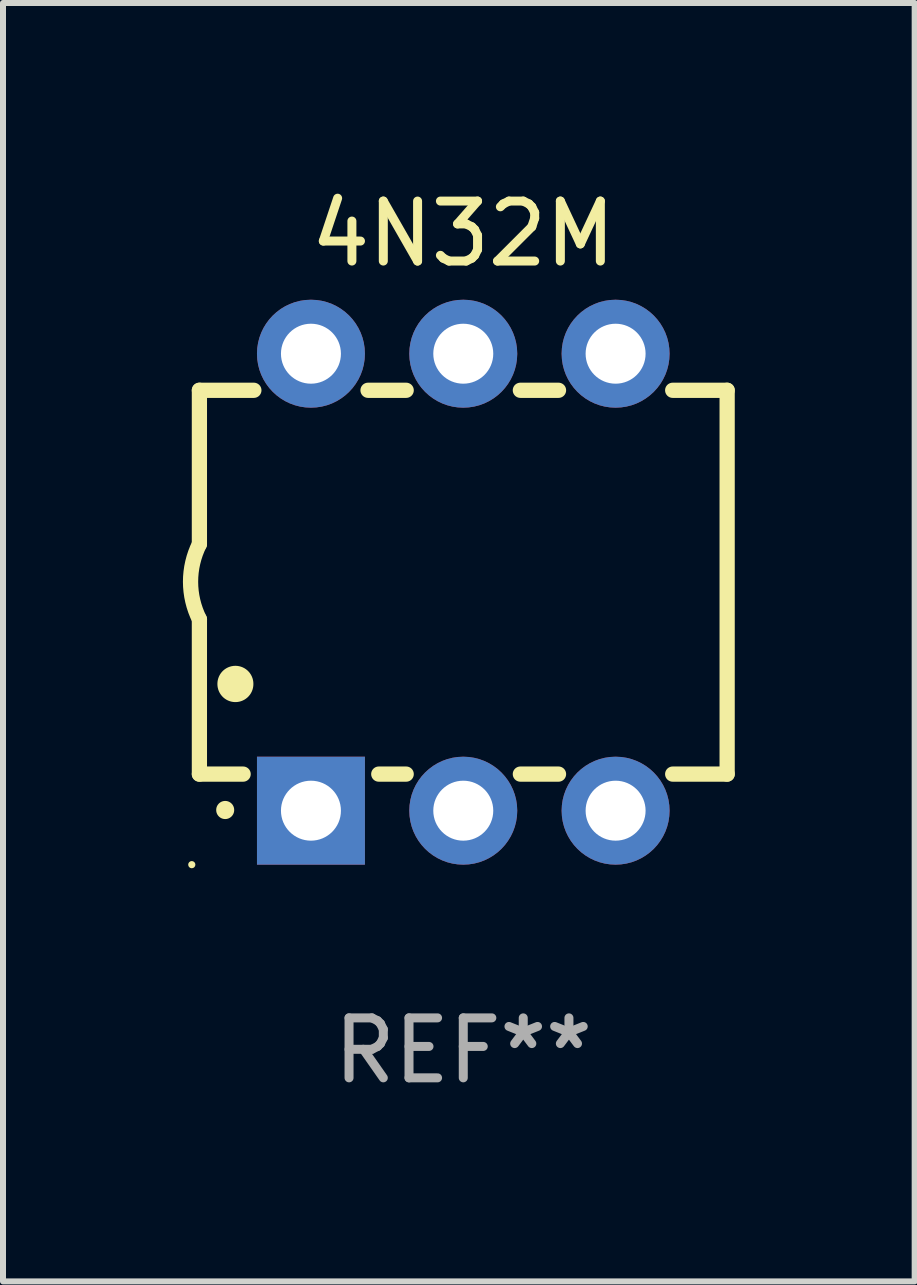
<source format=kicad_pcb>
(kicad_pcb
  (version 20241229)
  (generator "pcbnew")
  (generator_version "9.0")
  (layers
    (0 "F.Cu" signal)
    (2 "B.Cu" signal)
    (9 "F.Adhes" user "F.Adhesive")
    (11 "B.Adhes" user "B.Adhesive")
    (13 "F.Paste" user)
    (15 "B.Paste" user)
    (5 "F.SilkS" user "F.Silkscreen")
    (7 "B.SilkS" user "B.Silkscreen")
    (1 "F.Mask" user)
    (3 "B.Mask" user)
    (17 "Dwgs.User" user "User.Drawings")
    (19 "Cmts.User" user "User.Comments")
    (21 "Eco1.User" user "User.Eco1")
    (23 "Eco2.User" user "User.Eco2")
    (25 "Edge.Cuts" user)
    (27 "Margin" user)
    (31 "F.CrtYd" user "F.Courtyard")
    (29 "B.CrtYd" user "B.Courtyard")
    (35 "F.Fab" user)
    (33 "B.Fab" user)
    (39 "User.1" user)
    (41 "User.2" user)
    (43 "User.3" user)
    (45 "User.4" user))
  (footprint "4N32M"
    (layer "F.Cu")
    (at 4.675 6.658)
    (property "Reference" "4N32M" (at 0 -5.81 0) (layer "F.SilkS") (effects (font (size 1 1) (thickness 0.15))))
    (attr through_hole)
    (fp_line (start -4.4 -3.2) (end -4.4 -0.635) (stroke (width 0.254) (type solid)) (layer "F.SilkS"))
    (fp_line (start -4.4 -3.2) (end -3.492 -3.2) (stroke (width 0.254) (type solid)) (layer "F.SilkS"))
    (fp_line (start -4.4 3.2) (end -4.4 0.619) (stroke (width 0.254) (type solid)) (layer "F.SilkS"))
    (fp_line (start -3.671 3.2) (end -4.4 3.2) (stroke (width 0.254) (type solid)) (layer "F.SilkS"))
    (fp_line (start -1.588 -3.2) (end -0.952 -3.2) (stroke (width 0.254) (type solid)) (layer "F.SilkS"))
    (fp_line (start -0.952 3.2) (end -1.409 3.2) (stroke (width 0.254) (type solid)) (layer "F.SilkS"))
    (fp_line (start 0.952 -3.2) (end 1.588 -3.2) (stroke (width 0.254) (type solid)) (layer "F.SilkS"))
    (fp_line (start 1.588 3.2) (end 0.952 3.2) (stroke (width 0.254) (type solid)) (layer "F.SilkS"))
    (fp_line (start 3.492 -3.2) (end 4.4 -3.2) (stroke (width 0.254) (type solid)) (layer "F.SilkS"))
    (fp_line (start 4.4 -3.2) (end 4.4 3.2) (stroke (width 0.254) (type solid)) (layer "F.SilkS"))
    (fp_line (start 4.4 3.2) (end 3.492 3.2) (stroke (width 0.254) (type solid)) (layer "F.SilkS"))
    (fp_arc (start -4.399288 0.619762) (mid -4.547636 -0.007536) (end -4.4 -0.635001) (stroke (width 0.254001) (type solid)) (layer "F.SilkS"))
    (fp_arc (start -3.970028 3.799848) (mid -3.970033 3.798578) (end -3.970028 3.797308) (stroke (width 0.3) (type solid)) (layer "F.SilkS"))
    (fp_arc (start -3.799848 1.699263) (mid -3.799859 1.696723) (end -3.799848 1.694183) (stroke (width 0.6) (type solid)) (layer "F.SilkS"))
    (fp_circle (center -4.527 4.71) (end -4.497 4.71) (stroke (width 0.06) (type solid)) (fill no) (layer "F.SilkS"))
    (fp_text user "REF**" (at 0 7.81 0) (layer "F.Fab") (effects (font (size 1 1) (thickness 0.15))))
    (pad "1" thru_hole rect (at -2.54 3.81 180) (size 1.8 1.8) (drill 1) (layers "*.Cu" "*.Mask"))
    (pad "2" thru_hole circle (at 0 3.81) (size 1.8 1.8) (drill 1) (layers "*.Cu" "*.Mask"))
    (pad "3" thru_hole circle (at 2.54 3.81) (size 1.8 1.8) (drill 1) (layers "*.Cu" "*.Mask"))
    (pad "4" thru_hole circle (at 2.54 -3.81) (size 1.8 1.8) (drill 1) (layers "*.Cu" "*.Mask"))
    (pad "5" thru_hole circle (at 0 -3.81) (size 1.8 1.8) (drill 1) (layers "*.Cu" "*.Mask"))
    (pad "6" thru_hole circle (at -2.54 -3.81) (size 1.8 1.8) (drill 1) (layers "*.Cu" "*.Mask")))
  (gr_rect
    (start -3 -3)
    (end 12.202 18.317)
    (stroke (width 0.1) (type default))
    (fill no)
    (layer "Edge.Cuts")))
</source>
